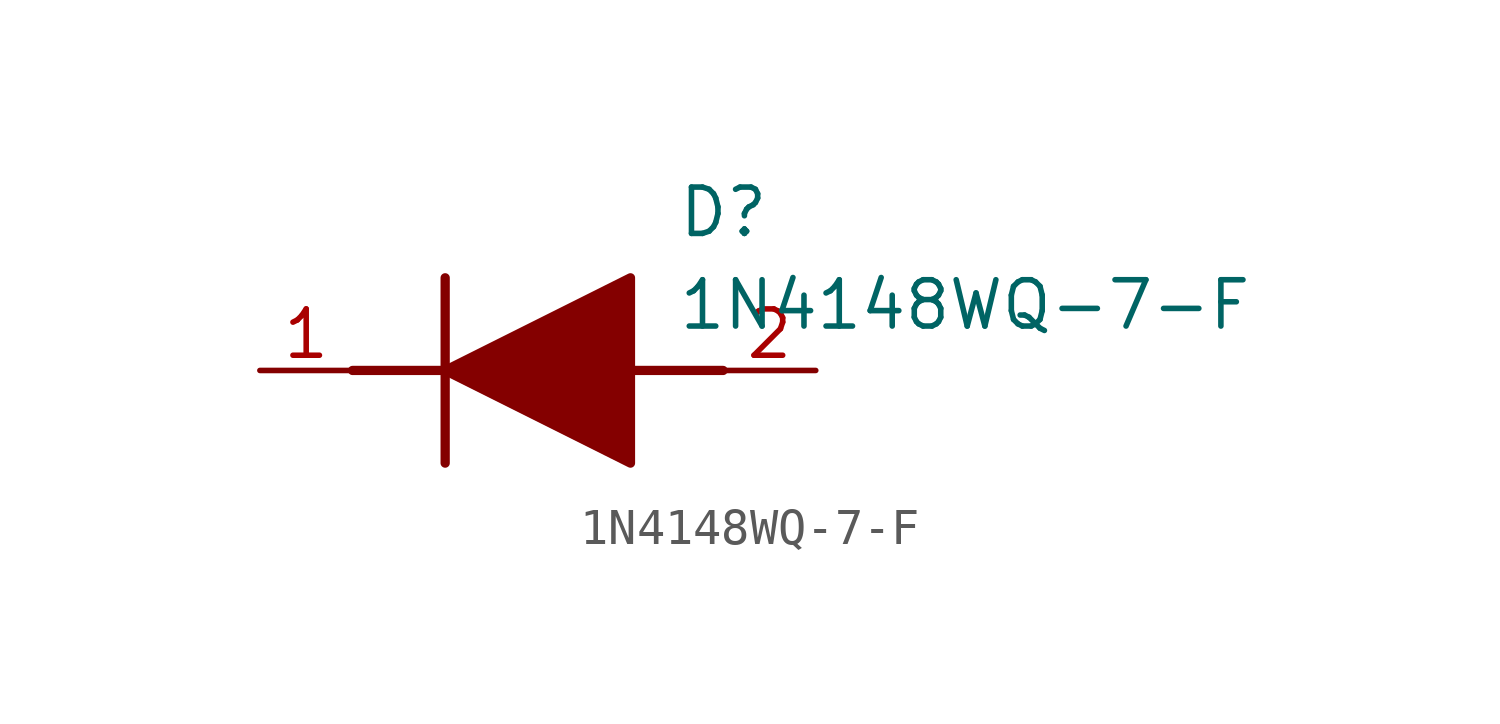
<source format=kicad_sym>
(kicad_symbol_lib
  (version 20211014)
  (generator SamacSys_ECAD_Model)
  (symbol "1N4148WQ-7-F"
    (pin_names hide)
    (property "Reference" "D"
      (at 11.43 5.08 0)
      (effects (font (size 1.27 1.27)) (justify left top)))
    (property "Value" "1N4148WQ-7-F"
      (at 11.43 2.54 0)
      (effects (font (size 1.27 1.27)) (justify left top)))
    (polyline
      (pts (xy 5.08 2.54) (xy 5.08 -2.54))
      (stroke (width 0.254) (type default))
      (fill (type none)))
    (polyline
      (pts (xy 2.54 0) (xy 5.08 0))
      (stroke (width 0.254) (type default))
      (fill (type none)))
    (polyline
      (pts (xy 10.16 0) (xy 12.7 0))
      (stroke (width 0.254) (type default))
      (fill (type none)))
    (polyline
      (pts (xy 5.08 0) (xy 10.16 2.54) (xy 10.16 -2.54) (xy 5.08 0))
      (stroke (width 0.254) (type default))
      (fill (type outline)))
    (pin passive line
      (at 0 0 0)
      (length 2.54)
      (name "K" (effects (font (size 1.27 1.27))))
      (number "1" (effects (font (size 1.27 1.27)))))
    (pin passive line
      (at 15.24 0 180)
      (length 2.54)
      (name "A" (effects (font (size 1.27 1.27))))
      (number "2" (effects (font (size 1.27 1.27)))))))
</source>
